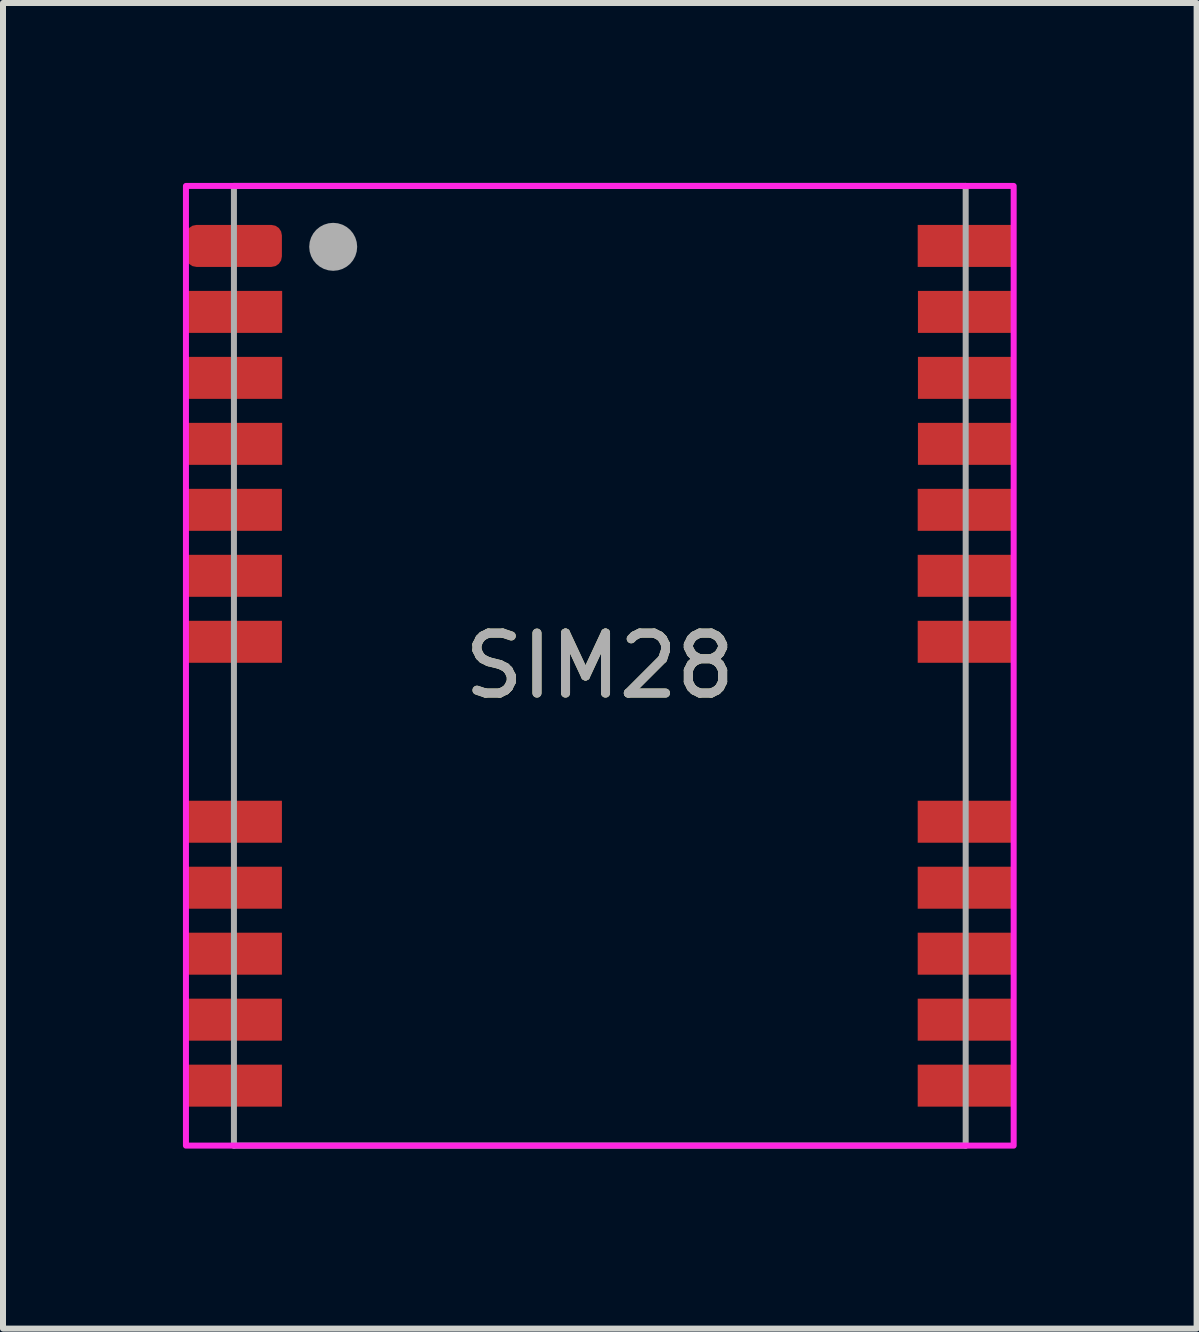
<source format=kicad_pcb>
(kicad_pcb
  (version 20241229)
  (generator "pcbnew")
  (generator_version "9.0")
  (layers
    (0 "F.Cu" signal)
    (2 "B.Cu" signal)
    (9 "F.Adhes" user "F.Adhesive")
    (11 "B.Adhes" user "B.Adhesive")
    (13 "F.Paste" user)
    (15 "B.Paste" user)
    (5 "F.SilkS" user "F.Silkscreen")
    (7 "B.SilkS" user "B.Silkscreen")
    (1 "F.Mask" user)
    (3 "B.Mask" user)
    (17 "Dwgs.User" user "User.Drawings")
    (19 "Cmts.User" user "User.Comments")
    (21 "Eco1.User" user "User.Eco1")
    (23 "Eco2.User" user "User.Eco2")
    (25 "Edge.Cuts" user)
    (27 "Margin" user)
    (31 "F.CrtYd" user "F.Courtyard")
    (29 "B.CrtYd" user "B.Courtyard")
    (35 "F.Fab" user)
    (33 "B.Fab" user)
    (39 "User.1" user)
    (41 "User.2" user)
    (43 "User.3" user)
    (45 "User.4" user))
  (footprint "SIM28"
    (layer "F.Cu")
    (at 6.95 8.05)
    (property "Reference" "SIM28" (at 0 0 0) (unlocked yes) (layer "F.SilkS") (effects (font (size 1 1) (thickness 0.15))))
    (attr smd)
    (fp_rect (start -6.9 -8) (end 6.9 8) (stroke (width 0.1) (type default)) (fill no) (layer "F.CrtYd"))
    (fp_line (start -6.1 -8) (end 6.1 -8) (stroke (width 0.1) (type solid)) (layer "F.Fab"))
    (fp_line (start -6.1 8) (end -6.1 -8) (stroke (width 0.1) (type solid)) (layer "F.Fab"))
    (fp_line (start 6.1 -8) (end 6.1 8) (stroke (width 0.1) (type solid)) (layer "F.Fab"))
    (fp_line (start 6.1 8) (end -6.1 8) (stroke (width 0.1) (type solid)) (layer "F.Fab"))
    (fp_circle (center -4.445 -6.985) (end -4.245 -6.985) (stroke (width 0.4) (type solid)) (fill no) (layer "F.Fab"))
    (fp_text user "${REFERENCE}" (at 0 0 0) (unlocked yes) (layer "F.Fab") (effects (font (size 1 1) (thickness 0.15))))
    (pad "1" smd roundrect (at -6.1 -7) (size 1.6 0.7) (layers "F.Cu" "F.Mask" "F.Paste") (roundrect_rratio 0.25))
    (pad "1" smd rect (at -6.096 -5.9) (size 1.6 0.7) (layers "F.Cu" "F.Mask" "F.Paste"))
    (pad "2" smd rect (at -6.096 -4.8) (size 1.6 0.7) (layers "F.Cu" "F.Mask" "F.Paste"))
    (pad "3" smd rect (at -6.096 -3.7) (size 1.6 0.7) (layers "F.Cu" "F.Mask" "F.Paste"))
    (pad "4" smd rect (at -6.1 -2.6) (size 1.6 0.7) (layers "F.Cu" "F.Mask" "F.Paste"))
    (pad "5" smd rect (at -6.1 -1.5) (size 1.6 0.7) (layers "F.Cu" "F.Mask" "F.Paste"))
    (pad "6" smd rect (at -6.1 -0.4) (size 1.6 0.7) (layers "F.Cu" "F.Mask" "F.Paste"))
    (pad "7" smd rect (at -6.1 2.6) (size 1.6 0.7) (layers "F.Cu" "F.Mask" "F.Paste"))
    (pad "8" smd rect (at -6.1 3.7) (size 1.6 0.7) (layers "F.Cu" "F.Mask" "F.Paste"))
    (pad "9" smd rect (at -6.1 4.8) (size 1.6 0.7) (layers "F.Cu" "F.Mask" "F.Paste"))
    (pad "10" smd rect (at -6.1 5.9) (size 1.6 0.7) (layers "F.Cu" "F.Mask" "F.Paste"))
    (pad "11" smd rect (at -6.1 7) (size 1.6 0.7) (layers "F.Cu" "F.Mask" "F.Paste"))
    (pad "12" smd rect (at 6.1 7) (size 1.6 0.7) (layers "F.Cu" "F.Mask" "F.Paste"))
    (pad "13" smd rect (at 6.1 5.9) (size 1.6 0.7) (layers "F.Cu" "F.Mask" "F.Paste"))
    (pad "14" smd rect (at 6.1 4.8) (size 1.6 0.7) (layers "F.Cu" "F.Mask" "F.Paste"))
    (pad "15" smd rect (at 6.1 3.7) (size 1.6 0.7) (layers "F.Cu" "F.Mask" "F.Paste"))
    (pad "16" smd rect (at 6.1 2.6) (size 1.6 0.7) (layers "F.Cu" "F.Mask" "F.Paste"))
    (pad "17" smd rect (at 6.1 -0.4) (size 1.6 0.7) (layers "F.Cu" "F.Mask" "F.Paste"))
    (pad "18" smd rect (at 6.1 -1.5) (size 1.6 0.7) (layers "F.Cu" "F.Mask" "F.Paste"))
    (pad "19" smd rect (at 6.1 -2.6) (size 1.6 0.7) (layers "F.Cu" "F.Mask" "F.Paste"))
    (pad "20" smd rect (at 6.104 -3.7) (size 1.6 0.7) (layers "F.Cu" "F.Mask" "F.Paste"))
    (pad "21" smd rect (at 6.104 -4.8) (size 1.6 0.7) (layers "F.Cu" "F.Mask" "F.Paste"))
    (pad "22" smd rect (at 6.104 -5.9) (size 1.6 0.7) (layers "F.Cu" "F.Mask" "F.Paste"))
    (pad "23" smd rect (at 6.1 -7) (size 1.6 0.7) (layers "F.Cu" "F.Mask" "F.Paste")))
  (gr_rect
    (start -3 -3)
    (end 16.9 19.1)
    (stroke (width 0.1) (type default))
    (fill no)
    (layer "Edge.Cuts")))
</source>
